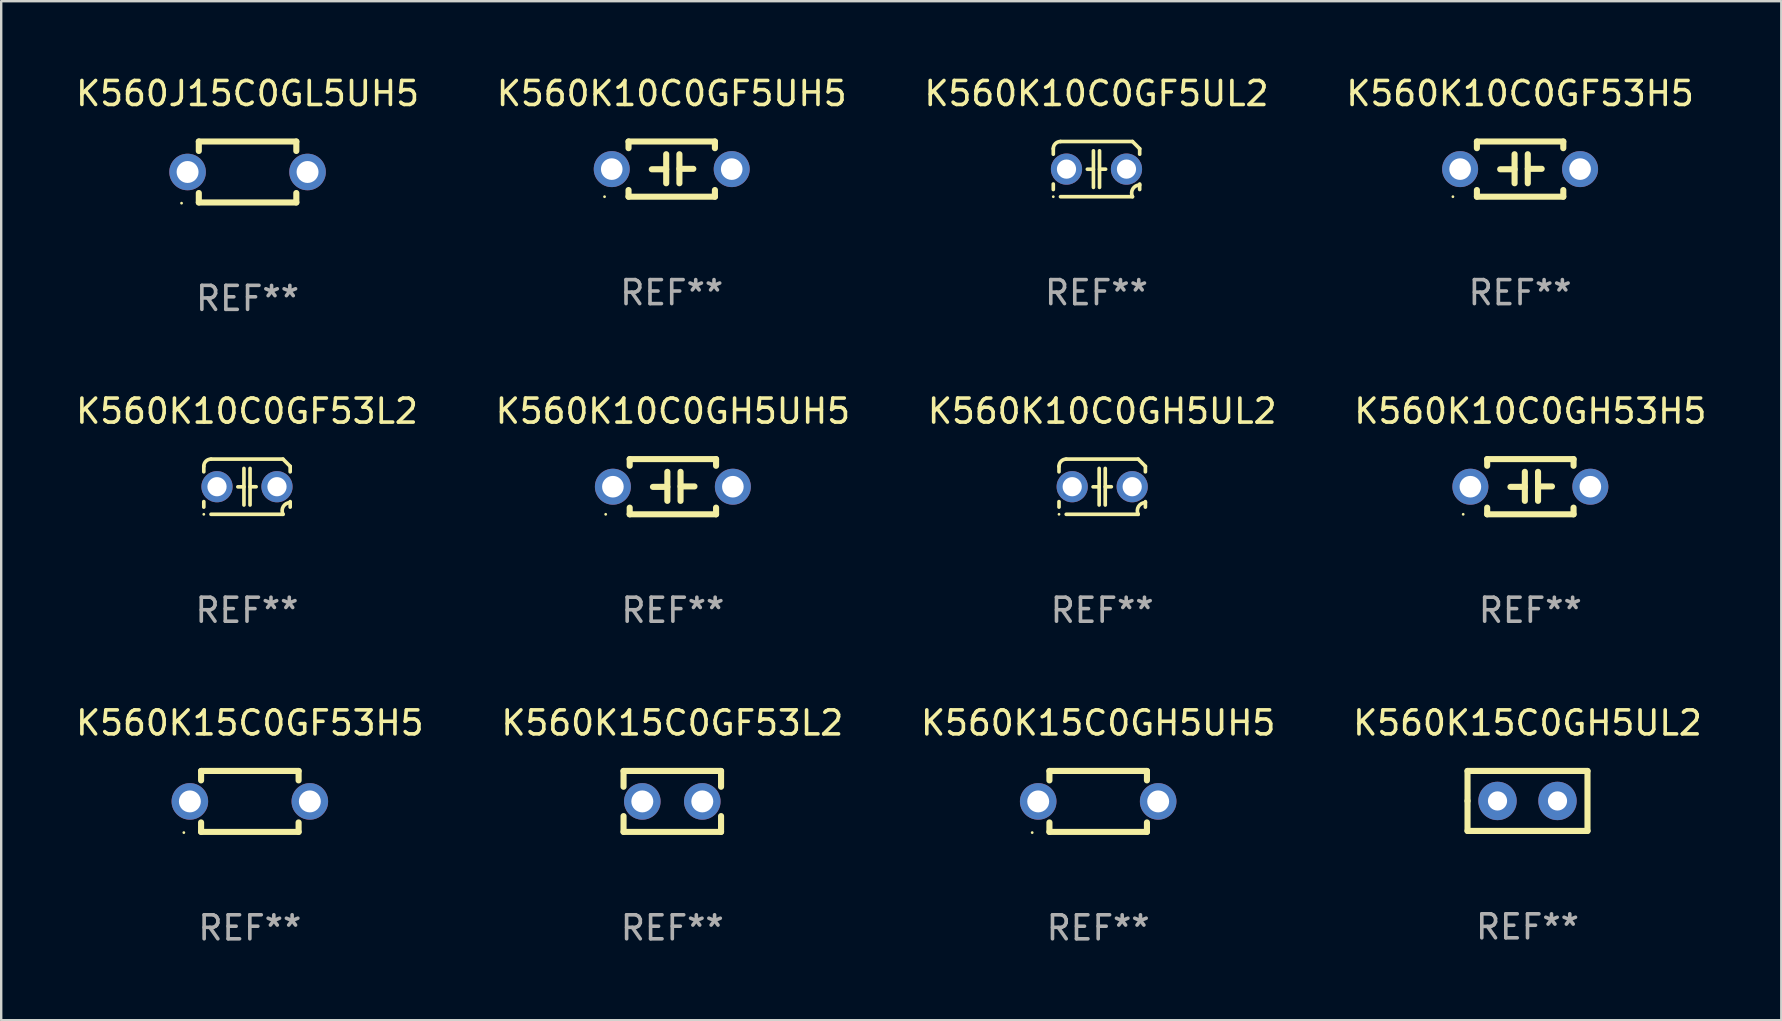
<source format=kicad_pcb>
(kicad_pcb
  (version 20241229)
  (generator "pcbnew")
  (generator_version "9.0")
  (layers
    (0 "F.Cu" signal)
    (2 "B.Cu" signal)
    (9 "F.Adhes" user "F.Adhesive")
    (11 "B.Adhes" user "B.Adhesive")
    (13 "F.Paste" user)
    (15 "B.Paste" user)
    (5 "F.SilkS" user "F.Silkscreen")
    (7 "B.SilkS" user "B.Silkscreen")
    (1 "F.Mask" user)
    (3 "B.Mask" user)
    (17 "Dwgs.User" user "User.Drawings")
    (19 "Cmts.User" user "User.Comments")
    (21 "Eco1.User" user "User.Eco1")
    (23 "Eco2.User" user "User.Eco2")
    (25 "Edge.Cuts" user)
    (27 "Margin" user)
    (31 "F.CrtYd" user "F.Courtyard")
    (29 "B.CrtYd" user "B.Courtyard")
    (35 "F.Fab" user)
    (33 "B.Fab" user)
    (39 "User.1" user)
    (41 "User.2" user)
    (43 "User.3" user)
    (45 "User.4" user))
  (footprint "K560J15C0GL5UH5"
    (layer "F.Cu")
    (at 7.268 4.118)
    (property "Reference" "K560J15C0GL5UH5" (at 0 -3.27 0) (layer "F.SilkS") (effects (font (size 1 1) (thickness 0.15))))
    (attr through_hole)
    (fp_line (start -2.032 -1.27) (end -2.032 -0.876) (stroke (width 0.254) (type solid)) (layer "F.SilkS"))
    (fp_line (start -2.032 0.876) (end -2.032 1.27) (stroke (width 0.254) (type solid)) (layer "F.SilkS"))
    (fp_line (start -2.032 1.27) (end 2.032 1.27) (stroke (width 0.254) (type solid)) (layer "F.SilkS"))
    (fp_line (start 2.032 -1.27) (end -2.032 -1.27) (stroke (width 0.254) (type solid)) (layer "F.SilkS"))
    (fp_line (start 2.032 -0.876) (end 2.032 -1.27) (stroke (width 0.254) (type solid)) (layer "F.SilkS"))
    (fp_line (start 2.032 1.27) (end 2.032 0.876) (stroke (width 0.254) (type solid)) (layer "F.SilkS"))
    (fp_circle (center -2.751 1.3) (end -2.721 1.3) (stroke (width 0.06) (type solid)) (fill no) (layer "F.SilkS"))
    (fp_text user "REF**" (at 0 5.27 0) (layer "F.Fab") (effects (font (size 1 1) (thickness 0.15))))
    (pad "1" thru_hole circle (at -2.5 0) (size 1.524 1.524) (drill 0.914) (layers "*.Cu" "*.Mask"))
    (pad "2" thru_hole circle (at 2.5 0) (size 1.524 1.524) (drill 0.914) (layers "*.Cu" "*.Mask")))
  (footprint "K560K15C0GF53H5"
    (layer "F.Cu")
    (at 7.363 30.351)
    (property "Reference" "K560K15C0GF53H5" (at 0 -3.27 0) (layer "F.SilkS") (effects (font (size 1 1) (thickness 0.15))))
    (attr through_hole)
    (fp_line (start -2.032 -1.27) (end -2.032 -0.876) (stroke (width 0.254) (type solid)) (layer "F.SilkS"))
    (fp_line (start -2.032 0.876) (end -2.032 1.27) (stroke (width 0.254) (type solid)) (layer "F.SilkS"))
    (fp_line (start -2.032 1.27) (end 2.032 1.27) (stroke (width 0.254) (type solid)) (layer "F.SilkS"))
    (fp_line (start 2.032 -1.27) (end -2.032 -1.27) (stroke (width 0.254) (type solid)) (layer "F.SilkS"))
    (fp_line (start 2.032 -0.876) (end 2.032 -1.27) (stroke (width 0.254) (type solid)) (layer "F.SilkS"))
    (fp_line (start 2.032 1.27) (end 2.032 0.876) (stroke (width 0.254) (type solid)) (layer "F.SilkS"))
    (fp_circle (center -2.751 1.3) (end -2.721 1.3) (stroke (width 0.06) (type solid)) (fill no) (layer "F.SilkS"))
    (fp_text user "REF**" (at 0 5.27 0) (layer "F.Fab") (effects (font (size 1 1) (thickness 0.15))))
    (pad "1" thru_hole circle (at -2.5 0) (size 1.524 1.524) (drill 0.914) (layers "*.Cu" "*.Mask"))
    (pad "2" thru_hole circle (at 2.5 0) (size 1.524 1.524) (drill 0.914) (layers "*.Cu" "*.Mask")))
  (footprint "K560K15C0GH5UL2"
    (layer "F.Cu")
    (at 60.613 30.331)
    (property "Reference" "K560K15C0GH5UL2" (at 0 -3.25 0) (layer "F.SilkS") (effects (font (size 1 1) (thickness 0.15))))
    (attr through_hole)
    (fp_line (start -2.5 -1.25) (end 2.5 -1.25) (stroke (width 0.254) (type solid)) (layer "F.SilkS"))
    (fp_line (start -2.5 0) (end -2.5 -1.25) (stroke (width 0.254) (type solid)) (layer "F.SilkS"))
    (fp_line (start -2.5 1.25) (end -2.5 0) (stroke (width 0.254) (type solid)) (layer "F.SilkS"))
    (fp_line (start 2.5 -1.25) (end 2.5 1.25) (stroke (width 0.254) (type solid)) (layer "F.SilkS"))
    (fp_line (start 2.5 1.25) (end -2.5 1.25) (stroke (width 0.254) (type solid)) (layer "F.SilkS"))
    (fp_circle (center -2.5 1.25) (end -2.47 1.25) (stroke (width 0.06) (type solid)) (fill no) (layer "F.SilkS"))
    (fp_text user "REF**" (at 0 5.25 0) (layer "F.Fab") (effects (font (size 1 1) (thickness 0.15))))
    (pad "1" thru_hole circle (at -1.25 0) (size 1.6 1.6) (drill 0.8) (layers "*.Cu" "*.Mask"))
    (pad "2" thru_hole circle (at 1.25 0) (size 1.6 1.6) (drill 0.8) (layers "*.Cu" "*.Mask")))
  (footprint "K560K10C0GH5UL2"
    (layer "F.Cu")
    (at 42.887 17.235)
    (property "Reference" "K560K10C0GH5UL2" (at 0 -3.15 0) (layer "F.SilkS") (effects (font (size 1 1) (thickness 0.15))))
    (attr through_hole)
    (fp_line (start -1.8 -0.621) (end -1.8 -0.85) (stroke (width 0.152) (type solid)) (layer "F.SilkS"))
    (fp_line (start -1.8 0.85) (end -1.8 0.621) (stroke (width 0.152) (type solid)) (layer "F.SilkS"))
    (fp_line (start -1.5 -1.15) (end 1.5 -1.15) (stroke (width 0.152) (type solid)) (layer "F.SilkS"))
    (fp_line (start -0.127 -0.762) (end -0.127 0.762) (stroke (width 0.152) (type solid)) (layer "F.SilkS"))
    (fp_line (start -0.127 0.005) (end -0.381 0.005) (stroke (width 0.152) (type solid)) (layer "F.SilkS"))
    (fp_line (start 0.127 -0.762) (end 0.127 0.762) (stroke (width 0.152) (type solid)) (layer "F.SilkS"))
    (fp_line (start 0.127 0.002) (end 0.381 0.002) (stroke (width 0.152) (type solid)) (layer "F.SilkS"))
    (fp_line (start 1.5 1.15) (end -1.5 1.15) (stroke (width 0.152) (type solid)) (layer "F.SilkS"))
    (fp_line (start 1.8 -0.85) (end 1.8 -0.621) (stroke (width 0.152) (type solid)) (layer "F.SilkS"))
    (fp_line (start 1.8 0.621) (end 1.8 0.85) (stroke (width 0.152) (type solid)) (layer "F.SilkS"))
    (fp_arc (start -1.799975 -0.849987) (mid -1.712107 -1.062119) (end -1.499975 -1.149987) (stroke (width 0.151994) (type solid)) (layer "F.SilkS"))
    (fp_arc (start 1.499975 1.149987) (mid 1.513726 0.822359) (end 1.799975 0.662387) (stroke (width 0.151994) (type solid)) (layer "F.SilkS"))
    (fp_arc (start 1.500001 -1.149986) (mid 1.650015 -1.000001) (end 1.8 -0.849987) (stroke (width 0.151994) (type solid)) (layer "F.SilkS"))
    (fp_circle (center -1.8 1.15) (end -1.77 1.15) (stroke (width 0.06) (type solid)) (fill no) (layer "F.SilkS"))
    (fp_text user "REF**" (at 0 5.15 0) (layer "F.Fab") (effects (font (size 1 1) (thickness 0.15))))
    (pad "1" thru_hole circle (at -1.25 0) (size 1.3 1.3) (drill 0.8) (layers "*.Cu" "*.Mask"))
    (pad "2" thru_hole circle (at 1.25 0) (size 1.3 1.3) (drill 0.8) (layers "*.Cu" "*.Mask")))
  (footprint "K560K10C0GH53H5"
    (layer "F.Cu")
    (at 60.732 17.235)
    (property "Reference" "K560K10C0GH53H5" (at 0 -3.15 0) (layer "F.SilkS") (effects (font (size 1 1) (thickness 0.15))))
    (attr through_hole)
    (fp_line (start -1.8 -1.15) (end -1.8 -0.872) (stroke (width 0.254) (type solid)) (layer "F.SilkS"))
    (fp_line (start -1.8 -1.15) (end 1.8 -1.15) (stroke (width 0.254) (type solid)) (layer "F.SilkS"))
    (fp_line (start -1.8 0.872) (end -1.8 1.15) (stroke (width 0.254) (type solid)) (layer "F.SilkS"))
    (fp_line (start -1.8 1.15) (end 1.8 1.15) (stroke (width 0.254) (type solid)) (layer "F.SilkS"))
    (fp_line (start -0.23 -0.62) (end -0.23 0.59) (stroke (width 0.254) (type solid)) (layer "F.SilkS"))
    (fp_line (start -0.23 0.007) (end -0.83 0.007) (stroke (width 0.254) (type solid)) (layer "F.SilkS"))
    (fp_line (start 0.32 -0.62) (end 0.32 0.59) (stroke (width 0.254) (type solid)) (layer "F.SilkS"))
    (fp_line (start 0.32 -0.012) (end 0.9 -0.012) (stroke (width 0.254) (type solid)) (layer "F.SilkS"))
    (fp_line (start 1.8 -1.15) (end 1.8 -0.872) (stroke (width 0.254) (type solid)) (layer "F.SilkS"))
    (fp_line (start 1.8 0.872) (end 1.8 1.15) (stroke (width 0.254) (type solid)) (layer "F.SilkS"))
    (fp_circle (center -2.8 1.15) (end -2.77 1.15) (stroke (width 0.06) (type solid)) (fill no) (layer "F.SilkS"))
    (fp_text user "REF**" (at 0 5.15 0) (layer "F.Fab") (effects (font (size 1 1) (thickness 0.15))))
    (pad "1" thru_hole circle (at -2.5 0) (size 1.5 1.5) (drill 0.9) (layers "*.Cu" "*.Mask"))
    (pad "2" thru_hole circle (at 2.5 0) (size 1.5 1.5) (drill 0.9) (layers "*.Cu" "*.Mask")))
  (footprint "K560K15C0GH5UH5"
    (layer "F.Cu")
    (at 42.72 30.351)
    (property "Reference" "K560K15C0GH5UH5" (at 0 -3.27 0) (layer "F.SilkS") (effects (font (size 1 1) (thickness 0.15))))
    (attr through_hole)
    (fp_line (start -2.032 -1.27) (end -2.032 -0.876) (stroke (width 0.254) (type solid)) (layer "F.SilkS"))
    (fp_line (start -2.032 0.876) (end -2.032 1.27) (stroke (width 0.254) (type solid)) (layer "F.SilkS"))
    (fp_line (start -2.032 1.27) (end 2.032 1.27) (stroke (width 0.254) (type solid)) (layer "F.SilkS"))
    (fp_line (start 2.032 -1.27) (end -2.032 -1.27) (stroke (width 0.254) (type solid)) (layer "F.SilkS"))
    (fp_line (start 2.032 -0.876) (end 2.032 -1.27) (stroke (width 0.254) (type solid)) (layer "F.SilkS"))
    (fp_line (start 2.032 1.27) (end 2.032 0.876) (stroke (width 0.254) (type solid)) (layer "F.SilkS"))
    (fp_circle (center -2.751 1.3) (end -2.721 1.3) (stroke (width 0.06) (type solid)) (fill no) (layer "F.SilkS"))
    (fp_text user "REF**" (at 0 5.27 0) (layer "F.Fab") (effects (font (size 1 1) (thickness 0.15))))
    (pad "1" thru_hole circle (at -2.5 0) (size 1.524 1.524) (drill 0.914) (layers "*.Cu" "*.Mask"))
    (pad "2" thru_hole circle (at 2.5 0) (size 1.524 1.524) (drill 0.914) (layers "*.Cu" "*.Mask")))
  (footprint "K560K10C0GF5UL2"
    (layer "F.Cu")
    (at 42.649 3.998)
    (property "Reference" "K560K10C0GF5UL2" (at 0 -3.15 0) (layer "F.SilkS") (effects (font (size 1 1) (thickness 0.15))))
    (attr through_hole)
    (fp_line (start -1.8 -0.621) (end -1.8 -0.85) (stroke (width 0.152) (type solid)) (layer "F.SilkS"))
    (fp_line (start -1.8 0.85) (end -1.8 0.621) (stroke (width 0.152) (type solid)) (layer "F.SilkS"))
    (fp_line (start -1.5 -1.15) (end 1.5 -1.15) (stroke (width 0.152) (type solid)) (layer "F.SilkS"))
    (fp_line (start -0.127 -0.762) (end -0.127 0.762) (stroke (width 0.152) (type solid)) (layer "F.SilkS"))
    (fp_line (start -0.127 0.005) (end -0.381 0.005) (stroke (width 0.152) (type solid)) (layer "F.SilkS"))
    (fp_line (start 0.127 -0.762) (end 0.127 0.762) (stroke (width 0.152) (type solid)) (layer "F.SilkS"))
    (fp_line (start 0.127 0.002) (end 0.381 0.002) (stroke (width 0.152) (type solid)) (layer "F.SilkS"))
    (fp_line (start 1.5 1.15) (end -1.5 1.15) (stroke (width 0.152) (type solid)) (layer "F.SilkS"))
    (fp_line (start 1.8 -0.85) (end 1.8 -0.621) (stroke (width 0.152) (type solid)) (layer "F.SilkS"))
    (fp_line (start 1.8 0.621) (end 1.8 0.85) (stroke (width 0.152) (type solid)) (layer "F.SilkS"))
    (fp_arc (start -1.799975 -0.849987) (mid -1.712107 -1.062119) (end -1.499975 -1.149987) (stroke (width 0.151994) (type solid)) (layer "F.SilkS"))
    (fp_arc (start 1.499975 1.149987) (mid 1.513726 0.822359) (end 1.799975 0.662387) (stroke (width 0.151994) (type solid)) (layer "F.SilkS"))
    (fp_arc (start 1.500001 -1.149986) (mid 1.650015 -1.000001) (end 1.8 -0.849987) (stroke (width 0.151994) (type solid)) (layer "F.SilkS"))
    (fp_circle (center -1.8 1.15) (end -1.77 1.15) (stroke (width 0.06) (type solid)) (fill no) (layer "F.SilkS"))
    (fp_text user "REF**" (at 0 5.15 0) (layer "F.Fab") (effects (font (size 1 1) (thickness 0.15))))
    (pad "1" thru_hole circle (at -1.25 0) (size 1.3 1.3) (drill 0.8) (layers "*.Cu" "*.Mask"))
    (pad "2" thru_hole circle (at 1.25 0) (size 1.3 1.3) (drill 0.8) (layers "*.Cu" "*.Mask")))
  (footprint "K560K15C0GF53L2"
    (layer "F.Cu")
    (at 24.97 30.351)
    (property "Reference" "K560K15C0GF53L2" (at 0 -3.27 0) (layer "F.SilkS") (effects (font (size 1 1) (thickness 0.15))))
    (attr through_hole)
    (fp_line (start -2.032 -1.27) (end -2.032 -0.611) (stroke (width 0.254) (type solid)) (layer "F.SilkS"))
    (fp_line (start -2.032 0.611) (end -2.032 1.27) (stroke (width 0.254) (type solid)) (layer "F.SilkS"))
    (fp_line (start -2.032 1.27) (end 2.032 1.27) (stroke (width 0.254) (type solid)) (layer "F.SilkS"))
    (fp_line (start 2.032 -1.27) (end -2.032 -1.27) (stroke (width 0.254) (type solid)) (layer "F.SilkS"))
    (fp_line (start 2.032 -0.611) (end 2.032 -1.27) (stroke (width 0.254) (type solid)) (layer "F.SilkS"))
    (fp_line (start 2.032 1.27) (end 2.032 0.611) (stroke (width 0.254) (type solid)) (layer "F.SilkS"))
    (fp_circle (center -2 1.3) (end -1.97 1.3) (stroke (width 0.06) (type solid)) (fill no) (layer "F.SilkS"))
    (fp_text user "REF**" (at 0 5.27 0) (layer "F.Fab") (effects (font (size 1 1) (thickness 0.15))))
    (pad "1" thru_hole circle (at -1.25 0) (size 1.524 1.524) (drill 0.914) (layers "*.Cu" "*.Mask"))
    (pad "2" thru_hole circle (at 1.25 0) (size 1.524 1.524) (drill 0.914) (layers "*.Cu" "*.Mask")))
  (footprint "K560K10C0GF53L2"
    (layer "F.Cu")
    (at 7.244 17.235)
    (property "Reference" "K560K10C0GF53L2" (at 0 -3.15 0) (layer "F.SilkS") (effects (font (size 1 1) (thickness 0.15))))
    (attr through_hole)
    (fp_line (start -1.8 -0.621) (end -1.8 -0.85) (stroke (width 0.152) (type solid)) (layer "F.SilkS"))
    (fp_line (start -1.8 0.85) (end -1.8 0.621) (stroke (width 0.152) (type solid)) (layer "F.SilkS"))
    (fp_line (start -1.5 -1.15) (end 1.5 -1.15) (stroke (width 0.152) (type solid)) (layer "F.SilkS"))
    (fp_line (start -0.127 -0.762) (end -0.127 0.762) (stroke (width 0.152) (type solid)) (layer "F.SilkS"))
    (fp_line (start -0.127 0.005) (end -0.381 0.005) (stroke (width 0.152) (type solid)) (layer "F.SilkS"))
    (fp_line (start 0.127 -0.762) (end 0.127 0.762) (stroke (width 0.152) (type solid)) (layer "F.SilkS"))
    (fp_line (start 0.127 0.002) (end 0.381 0.002) (stroke (width 0.152) (type solid)) (layer "F.SilkS"))
    (fp_line (start 1.5 1.15) (end -1.5 1.15) (stroke (width 0.152) (type solid)) (layer "F.SilkS"))
    (fp_line (start 1.8 -0.85) (end 1.8 -0.621) (stroke (width 0.152) (type solid)) (layer "F.SilkS"))
    (fp_line (start 1.8 0.621) (end 1.8 0.85) (stroke (width 0.152) (type solid)) (layer "F.SilkS"))
    (fp_arc (start -1.799975 -0.849987) (mid -1.712107 -1.062119) (end -1.499975 -1.149987) (stroke (width 0.151994) (type solid)) (layer "F.SilkS"))
    (fp_arc (start 1.499975 1.149987) (mid 1.513726 0.822359) (end 1.799975 0.662387) (stroke (width 0.151994) (type solid)) (layer "F.SilkS"))
    (fp_arc (start 1.500001 -1.149986) (mid 1.650015 -1.000001) (end 1.8 -0.849987) (stroke (width 0.151994) (type solid)) (layer "F.SilkS"))
    (fp_circle (center -1.8 1.15) (end -1.77 1.15) (stroke (width 0.06) (type solid)) (fill no) (layer "F.SilkS"))
    (fp_text user "REF**" (at 0 5.15 0) (layer "F.Fab") (effects (font (size 1 1) (thickness 0.15))))
    (pad "1" thru_hole circle (at -1.25 0) (size 1.3 1.3) (drill 0.8) (layers "*.Cu" "*.Mask"))
    (pad "2" thru_hole circle (at 1.25 0) (size 1.3 1.3) (drill 0.8) (layers "*.Cu" "*.Mask")))
  (footprint "K560K10C0GF5UH5"
    (layer "F.Cu")
    (at 24.946 3.998)
    (property "Reference" "K560K10C0GF5UH5" (at 0 -3.15 0) (layer "F.SilkS") (effects (font (size 1 1) (thickness 0.15))))
    (attr through_hole)
    (fp_line (start -1.8 -1.15) (end -1.8 -0.872) (stroke (width 0.254) (type solid)) (layer "F.SilkS"))
    (fp_line (start -1.8 -1.15) (end 1.8 -1.15) (stroke (width 0.254) (type solid)) (layer "F.SilkS"))
    (fp_line (start -1.8 0.872) (end -1.8 1.15) (stroke (width 0.254) (type solid)) (layer "F.SilkS"))
    (fp_line (start -1.8 1.15) (end 1.8 1.15) (stroke (width 0.254) (type solid)) (layer "F.SilkS"))
    (fp_line (start -0.23 -0.62) (end -0.23 0.59) (stroke (width 0.254) (type solid)) (layer "F.SilkS"))
    (fp_line (start -0.23 0.007) (end -0.83 0.007) (stroke (width 0.254) (type solid)) (layer "F.SilkS"))
    (fp_line (start 0.32 -0.62) (end 0.32 0.59) (stroke (width 0.254) (type solid)) (layer "F.SilkS"))
    (fp_line (start 0.32 -0.012) (end 0.9 -0.012) (stroke (width 0.254) (type solid)) (layer "F.SilkS"))
    (fp_line (start 1.8 -1.15) (end 1.8 -0.872) (stroke (width 0.254) (type solid)) (layer "F.SilkS"))
    (fp_line (start 1.8 0.872) (end 1.8 1.15) (stroke (width 0.254) (type solid)) (layer "F.SilkS"))
    (fp_circle (center -2.8 1.15) (end -2.77 1.15) (stroke (width 0.06) (type solid)) (fill no) (layer "F.SilkS"))
    (fp_text user "REF**" (at 0 5.15 0) (layer "F.Fab") (effects (font (size 1 1) (thickness 0.15))))
    (pad "1" thru_hole circle (at -2.5 0) (size 1.5 1.5) (drill 0.9) (layers "*.Cu" "*.Mask"))
    (pad "2" thru_hole circle (at 2.5 0) (size 1.5 1.5) (drill 0.9) (layers "*.Cu" "*.Mask")))
  (footprint "K560K10C0GF53H5"
    (layer "F.Cu")
    (at 60.304 3.998)
    (property "Reference" "K560K10C0GF53H5" (at 0 -3.15 0) (layer "F.SilkS") (effects (font (size 1 1) (thickness 0.15))))
    (attr through_hole)
    (fp_line (start -1.8 -1.15) (end -1.8 -0.872) (stroke (width 0.254) (type solid)) (layer "F.SilkS"))
    (fp_line (start -1.8 -1.15) (end 1.8 -1.15) (stroke (width 0.254) (type solid)) (layer "F.SilkS"))
    (fp_line (start -1.8 0.872) (end -1.8 1.15) (stroke (width 0.254) (type solid)) (layer "F.SilkS"))
    (fp_line (start -1.8 1.15) (end 1.8 1.15) (stroke (width 0.254) (type solid)) (layer "F.SilkS"))
    (fp_line (start -0.23 -0.62) (end -0.23 0.59) (stroke (width 0.254) (type solid)) (layer "F.SilkS"))
    (fp_line (start -0.23 0.007) (end -0.83 0.007) (stroke (width 0.254) (type solid)) (layer "F.SilkS"))
    (fp_line (start 0.32 -0.62) (end 0.32 0.59) (stroke (width 0.254) (type solid)) (layer "F.SilkS"))
    (fp_line (start 0.32 -0.012) (end 0.9 -0.012) (stroke (width 0.254) (type solid)) (layer "F.SilkS"))
    (fp_line (start 1.8 -1.15) (end 1.8 -0.872) (stroke (width 0.254) (type solid)) (layer "F.SilkS"))
    (fp_line (start 1.8 0.872) (end 1.8 1.15) (stroke (width 0.254) (type solid)) (layer "F.SilkS"))
    (fp_circle (center -2.8 1.15) (end -2.77 1.15) (stroke (width 0.06) (type solid)) (fill no) (layer "F.SilkS"))
    (fp_text user "REF**" (at 0 5.15 0) (layer "F.Fab") (effects (font (size 1 1) (thickness 0.15))))
    (pad "1" thru_hole circle (at -2.5 0) (size 1.5 1.5) (drill 0.9) (layers "*.Cu" "*.Mask"))
    (pad "2" thru_hole circle (at 2.5 0) (size 1.5 1.5) (drill 0.9) (layers "*.Cu" "*.Mask")))
  (footprint "K560K10C0GH5UH5"
    (layer "F.Cu")
    (at 24.994 17.235)
    (property "Reference" "K560K10C0GH5UH5" (at 0 -3.15 0) (layer "F.SilkS") (effects (font (size 1 1) (thickness 0.15))))
    (attr through_hole)
    (fp_line (start -1.8 -1.15) (end -1.8 -0.872) (stroke (width 0.254) (type solid)) (layer "F.SilkS"))
    (fp_line (start -1.8 -1.15) (end 1.8 -1.15) (stroke (width 0.254) (type solid)) (layer "F.SilkS"))
    (fp_line (start -1.8 0.872) (end -1.8 1.15) (stroke (width 0.254) (type solid)) (layer "F.SilkS"))
    (fp_line (start -1.8 1.15) (end 1.8 1.15) (stroke (width 0.254) (type solid)) (layer "F.SilkS"))
    (fp_line (start -0.23 -0.62) (end -0.23 0.59) (stroke (width 0.254) (type solid)) (layer "F.SilkS"))
    (fp_line (start -0.23 0.007) (end -0.83 0.007) (stroke (width 0.254) (type solid)) (layer "F.SilkS"))
    (fp_line (start 0.32 -0.62) (end 0.32 0.59) (stroke (width 0.254) (type solid)) (layer "F.SilkS"))
    (fp_line (start 0.32 -0.012) (end 0.9 -0.012) (stroke (width 0.254) (type solid)) (layer "F.SilkS"))
    (fp_line (start 1.8 -1.15) (end 1.8 -0.872) (stroke (width 0.254) (type solid)) (layer "F.SilkS"))
    (fp_line (start 1.8 0.872) (end 1.8 1.15) (stroke (width 0.254) (type solid)) (layer "F.SilkS"))
    (fp_circle (center -2.8 1.15) (end -2.77 1.15) (stroke (width 0.06) (type solid)) (fill no) (layer "F.SilkS"))
    (fp_text user "REF**" (at 0 5.15 0) (layer "F.Fab") (effects (font (size 1 1) (thickness 0.15))))
    (pad "1" thru_hole circle (at -2.5 0) (size 1.5 1.5) (drill 0.9) (layers "*.Cu" "*.Mask"))
    (pad "2" thru_hole circle (at 2.5 0) (size 1.5 1.5) (drill 0.9) (layers "*.Cu" "*.Mask")))
  (gr_rect
    (start -3 -3)
    (end 71.19 39.47)
    (stroke (width 0.1) (type default))
    (fill no)
    (layer "Edge.Cuts")))
</source>
